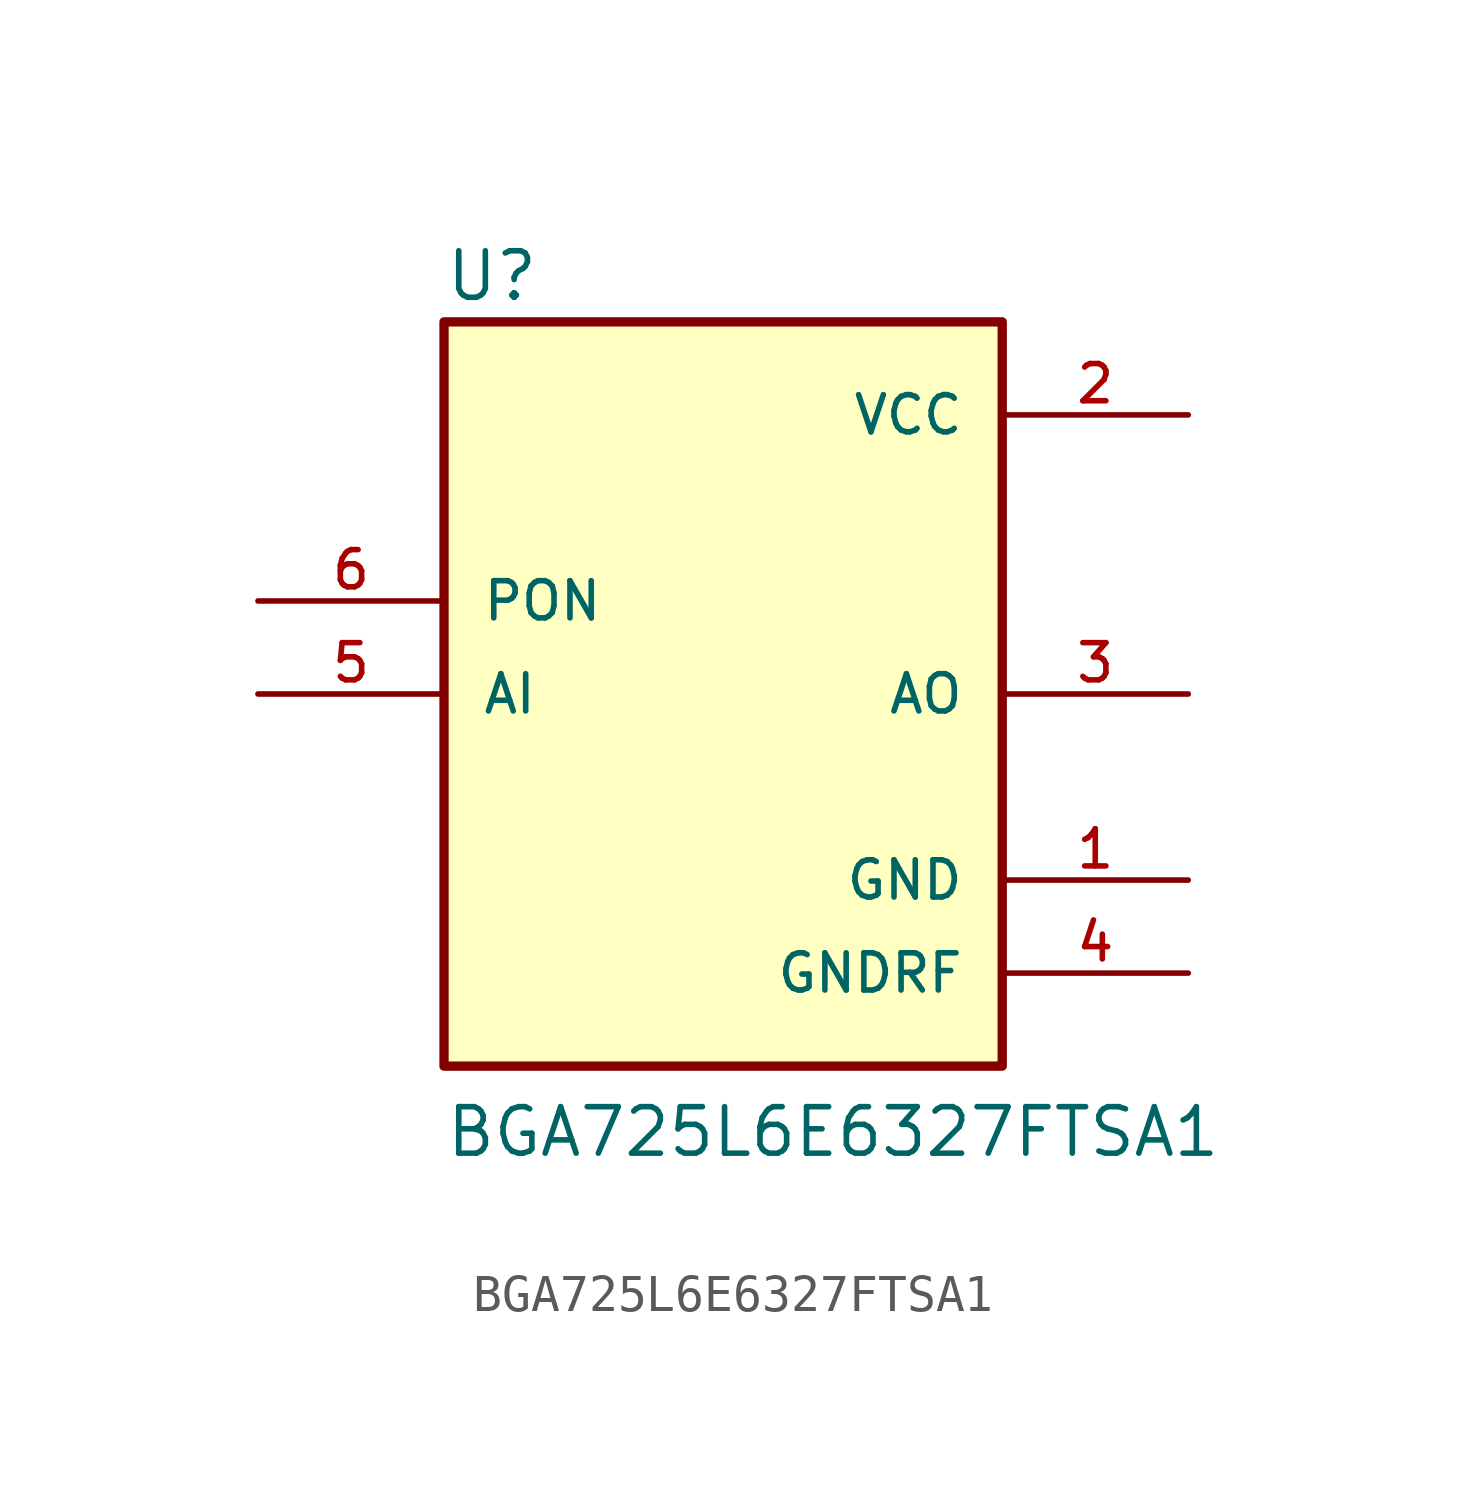
<source format=kicad_sym>
(kicad_symbol_lib
  (version 20211014)
  (generator kicad_symbol_editor)
  (symbol "BGA725L6E6327FTSA1"
    (pin_names
      (offset 1.016))
    (property "Reference" "U"
      (at -7.62 10.668 0)
      (effects (font (size 1.27 1.27)) (justify bottom left)))
    (property "Value" "BGA725L6E6327FTSA1"
      (at -7.62 -12.7 0)
      (effects (font (size 1.27 1.27)) (justify bottom left)))
    (symbol "BGA725L6E6327FTSA1_0_0"
      (rectangle (start -7.62 -10.16) (end 7.62 10.16) (stroke (width 0.254)) (fill (type background)))
      (pin input line (at -12.7 2.54 0) (length 5.08) (name "PON" (effects (font (size 1.016 1.016)))) (number "6" (effects (font (size 1.016 1.016)))))
      (pin input line (at -12.7 0.0 0) (length 5.08) (name "AI" (effects (font (size 1.016 1.016)))) (number "5" (effects (font (size 1.016 1.016)))))
      (pin power_in line (at 12.7 -7.62 180.0) (length 5.08) (name "GNDRF" (effects (font (size 1.016 1.016)))) (number "4" (effects (font (size 1.016 1.016)))))
      (pin power_in line (at 12.7 -5.08 180.0) (length 5.08) (name "GND" (effects (font (size 1.016 1.016)))) (number "1" (effects (font (size 1.016 1.016)))))
      (pin output line (at 12.7 0.0 180.0) (length 5.08) (name "AO" (effects (font (size 1.016 1.016)))) (number "3" (effects (font (size 1.016 1.016)))))
      (pin power_in line (at 12.7 7.62 180.0) (length 5.08) (name "VCC" (effects (font (size 1.016 1.016)))) (number "2" (effects (font (size 1.016 1.016))))))))
</source>
